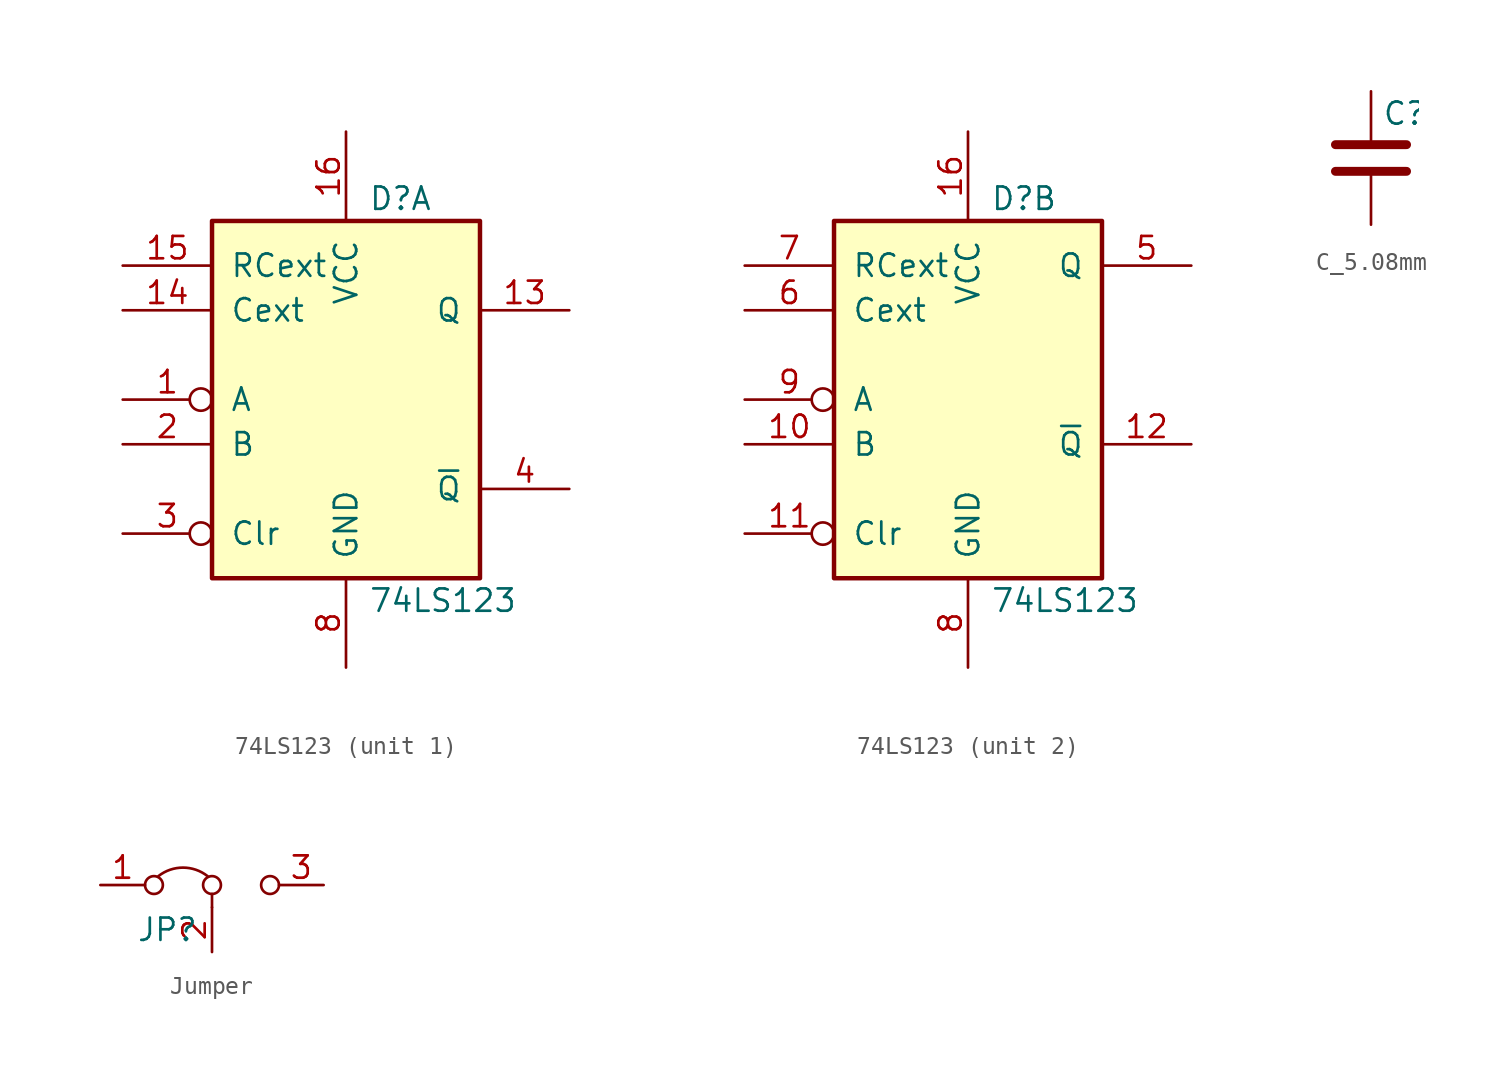
<source format=kicad_sym>
(kicad_symbol_lib
  (version 20241209)
  (generator "kicad_symbol_editor")
  (generator_version "9.0")
  (symbol "74LS123"
    (pin_names
      (offset 1.016))
    (property "Reference" "D"
      (at 1.27 8.89 0)
      (do_not_autoplace)
      (effects (font (size 1.27 1.27)) (justify left)))
    (property "Value" "74LS123"
      (at 1.27 -13.97 0)
      (do_not_autoplace)
      (effects (font (size 1.27 1.27)) (justify left)))
    (symbol "74LS123_0_0"
      (pin power_in line (at 0 12.7 270) (length 5.08) (name "VCC" (effects (font (size 1.27 1.27)))) (number "16" (effects (font (size 1.27 1.27)))))
      (pin power_in line (at 0 -17.78 90) (length 5.08) (name "GND" (effects (font (size 1.27 1.27)))) (number "8" (effects (font (size 1.27 1.27))))))
    (symbol "74LS123_1_0"
      (pin input line (at -12.7 5.08 0) (length 5.08) (name "RCext" (effects (font (size 1.27 1.27)))) (number "15" (effects (font (size 1.27 1.27)))))
      (pin input line (at -12.7 2.54 0) (length 5.08) (name "Cext" (effects (font (size 1.27 1.27)))) (number "14" (effects (font (size 1.27 1.27)))))
      (pin input inverted (at -12.7 -2.54 0) (length 5.08) (name "A" (effects (font (size 1.27 1.27)))) (number "1" (effects (font (size 1.27 1.27)))))
      (pin input line (at -12.7 -5.08 0) (length 5.08) (name "B" (effects (font (size 1.27 1.27)))) (number "2" (effects (font (size 1.27 1.27)))))
      (pin input inverted (at -12.7 -10.16 0) (length 5.08) (name "Clr" (effects (font (size 1.27 1.27)))) (number "3" (effects (font (size 1.27 1.27)))))
      (pin output line (at 12.7 2.54 180) (length 5.08) (name "Q" (effects (font (size 1.27 1.27)))) (number "13" (effects (font (size 1.27 1.27)))))
      (pin output line (at 12.7 -7.62 180) (length 5.08) (name "~{Q}" (effects (font (size 1.27 1.27)))) (number "4" (effects (font (size 1.27 1.27))))))
    (symbol "74LS123_1_1"
      (rectangle (start -7.62 7.62) (end 7.62 -12.7) (stroke (width 0.254) (type default)) (fill (type background))))
    (symbol "74LS123_2_0"
      (pin input line (at -12.7 5.08 0) (length 5.08) (name "RCext" (effects (font (size 1.27 1.27)))) (number "7" (effects (font (size 1.27 1.27)))))
      (pin input line (at -12.7 2.54 0) (length 5.08) (name "Cext" (effects (font (size 1.27 1.27)))) (number "6" (effects (font (size 1.27 1.27)))))
      (pin input inverted (at -12.7 -2.54 0) (length 5.08) (name "A" (effects (font (size 1.27 1.27)))) (number "9" (effects (font (size 1.27 1.27)))))
      (pin input line (at -12.7 -5.08 0) (length 5.08) (name "B" (effects (font (size 1.27 1.27)))) (number "10" (effects (font (size 1.27 1.27)))))
      (pin input inverted (at -12.7 -10.16 0) (length 5.08) (name "Clr" (effects (font (size 1.27 1.27)))) (number "11" (effects (font (size 1.27 1.27)))))
      (pin output line (at 12.7 5.08 180) (length 5.08) (name "Q" (effects (font (size 1.27 1.27)))) (number "5" (effects (font (size 1.27 1.27)))))
      (pin output line (at 12.7 -5.08 180) (length 5.08) (name "~{Q}" (effects (font (size 1.27 1.27)))) (number "12" (effects (font (size 1.27 1.27))))))
    (symbol "74LS123_2_1"
      (rectangle (start -7.62 7.62) (end 7.62 -12.7) (stroke (width 0.254) (type default)) (fill (type background)))))
  (symbol "C_5.08mm"
    (pin_numbers
      (hide yes))
    (pin_names
      (offset 0.254))
    (property "Reference" "C"
      (at 0.635 2.54 0)
      (effects (font (size 1.27 1.27)) (justify left)))
    (property "Value" ""
      (at 0.635 -2.54 0)
      (effects (font (size 1.27 1.27)) (justify left)))
    (symbol "C_5.08mm_0_1"
      (polyline (pts (xy -2.032 0.762) (xy 2.032 0.762)) (stroke (width 0.508) (type default)) (fill (type none)))
      (polyline (pts (xy -2.032 -0.762) (xy 2.032 -0.762)) (stroke (width 0.508) (type default)) (fill (type none))))
    (symbol "C_5.08mm_1_1"
      (pin passive line (at 0 3.81 270) (length 2.794) (name "~" (effects (font (size 1.27 1.27)))) (number "1" (effects (font (size 1.27 1.27)))))
      (pin passive line (at 0 -3.81 90) (length 2.794) (name "~" (effects (font (size 1.27 1.27)))) (number "2" (effects (font (size 1.27 1.27)))))))
  (symbol "Jumper"
    (pin_names
      (offset 0)
      (hide yes))
    (property "Reference" "JP"
      (at -2.54 -2.54 0)
      (effects (font (size 1.27 1.27))))
    (symbol "Jumper_0_0"
      (circle (center -3.302 0) (radius 0.508) (stroke (width 0) (type default)) (fill (type none)))
      (circle (center 0 0) (radius 0.508) (stroke (width 0) (type default)) (fill (type none)))
      (circle (center 3.302 0) (radius 0.508) (stroke (width 0) (type default)) (fill (type none))))
    (symbol "Jumper_0_1"
      (arc (start -3.048 0.508) (mid -1.651 0.9912) (end -0.254 0.508) (stroke (width 0) (type default)) (fill (type none)))
      (polyline (pts (xy 0 -1.27) (xy 0 -0.508)) (stroke (width 0) (type default)) (fill (type none))))
    (symbol "Jumper_1_1"
      (pin passive line (at -6.35 0 0) (length 2.54) (name "A" (effects (font (size 1.27 1.27)))) (number "1" (effects (font (size 1.27 1.27)))))
      (pin passive line (at 0 -3.81 90) (length 2.54) (name "C" (effects (font (size 1.27 1.27)))) (number "2" (effects (font (size 1.27 1.27)))))
      (pin passive line (at 6.35 0 180) (length 2.54) (name "B" (effects (font (size 1.27 1.27)))) (number "3" (effects (font (size 1.27 1.27))))))))
</source>
